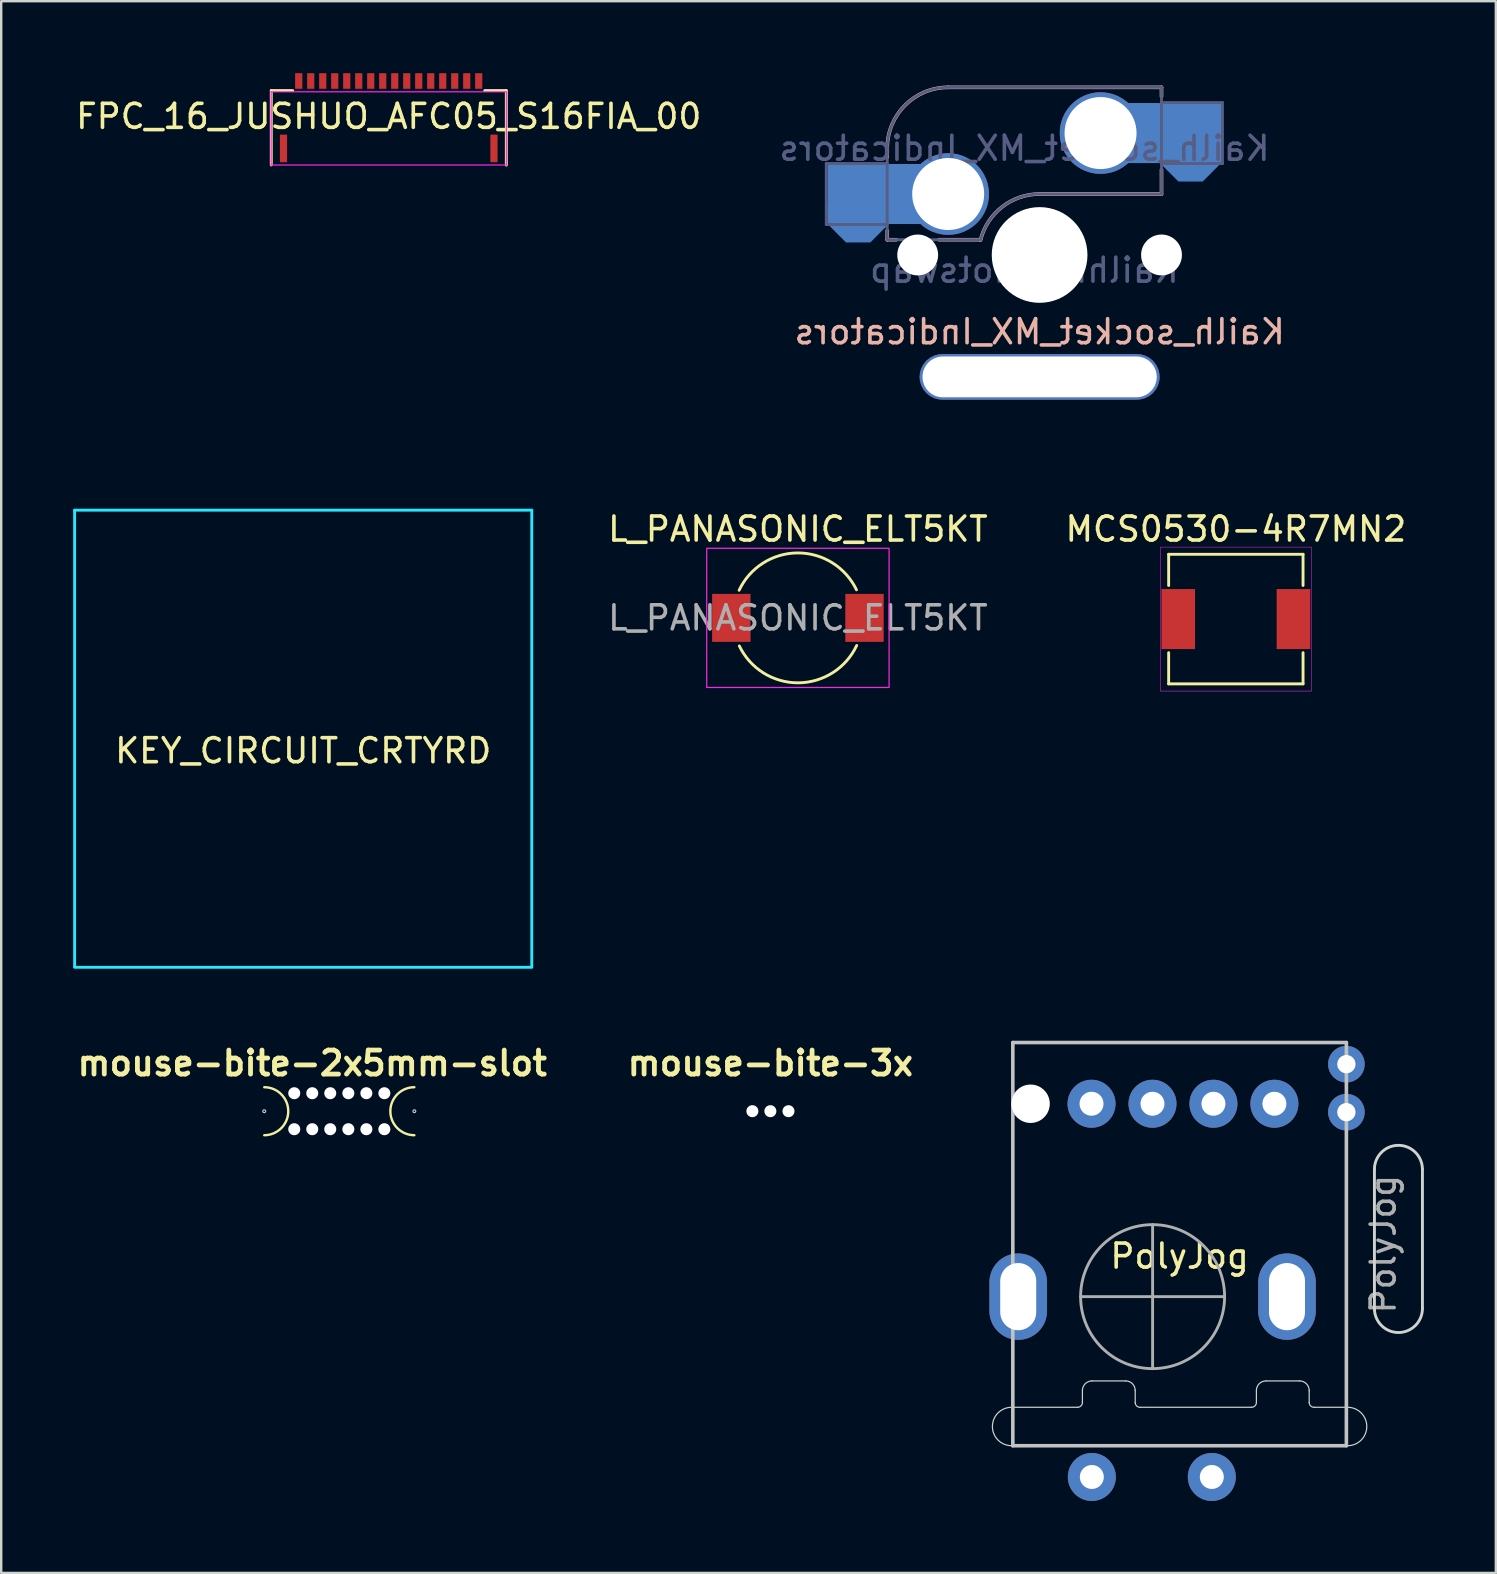
<source format=kicad_pcb>
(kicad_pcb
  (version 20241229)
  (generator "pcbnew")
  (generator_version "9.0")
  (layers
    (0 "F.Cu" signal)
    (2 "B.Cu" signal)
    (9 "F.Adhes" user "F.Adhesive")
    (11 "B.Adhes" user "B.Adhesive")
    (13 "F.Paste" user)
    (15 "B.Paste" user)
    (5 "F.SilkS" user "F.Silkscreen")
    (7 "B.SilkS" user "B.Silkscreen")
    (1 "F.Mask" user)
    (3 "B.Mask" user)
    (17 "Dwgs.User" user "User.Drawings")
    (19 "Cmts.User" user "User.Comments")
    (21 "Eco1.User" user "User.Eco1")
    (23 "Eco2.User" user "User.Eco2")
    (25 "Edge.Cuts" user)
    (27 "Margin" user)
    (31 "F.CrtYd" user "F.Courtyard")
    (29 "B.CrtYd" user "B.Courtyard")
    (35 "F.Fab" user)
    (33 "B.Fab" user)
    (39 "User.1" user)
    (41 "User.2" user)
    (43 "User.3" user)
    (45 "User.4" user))
  (footprint "Kailh_socket_MX_Indicators"
    (layer "F.Cu")
    (at 40.272 7.575)
    (property "Reference" "Kailh_socket_MX_Indicators" (at 0 3.2 0) (layer "B.SilkS") (effects (font (size 1 1) (thickness 0.15)) (justify mirror)))
    (property "Value" "KailhMX Hotswap" (at 0 3.734 0) (layer "B.Fab") (hide yes) (effects (font (size 1 1) (thickness 0.15)) (justify mirror)))
    (attr smd)
    (fp_line (start -6.35 -4.445) (end -6.35 -4.064) (stroke (width 0.15) (type solid)) (layer "B.SilkS"))
    (fp_line (start -6.35 -1.016) (end -6.35 -0.635) (stroke (width 0.15) (type solid)) (layer "B.SilkS"))
    (fp_line (start -5.969 -0.635) (end -6.35 -0.635) (stroke (width 0.15) (type solid)) (layer "B.SilkS"))
    (fp_line (start -3.81 -6.985) (end 5.08 -6.985) (stroke (width 0.15) (type solid)) (layer "B.SilkS"))
    (fp_line (start -2.464 -0.635) (end -4.191 -0.635) (stroke (width 0.15) (type solid)) (layer "B.SilkS"))
    (fp_line (start 5.08 -6.985) (end 5.08 -6.604) (stroke (width 0.15) (type solid)) (layer "B.SilkS"))
    (fp_line (start 5.08 -3.556) (end 5.08 -2.54) (stroke (width 0.15) (type solid)) (layer "B.SilkS"))
    (fp_line (start 5.08 -2.54) (end 0 -2.54) (stroke (width 0.15) (type solid)) (layer "B.SilkS"))
    (fp_arc (start -6.35 -4.445) (mid -5.606051 -6.241051) (end -3.81 -6.985) (stroke (width 0.15) (type solid)) (layer "B.SilkS"))
    (fp_arc (start -2.464162 -0.61604) (mid -1.563147 -2.002042) (end 0 -2.54) (stroke (width 0.15) (type solid)) (layer "B.SilkS"))
    (fp_line (start -6.9 6.9) (end -6.9 -6.9) (stroke (width 0.15) (type solid)) (layer "Eco2.User"))
    (fp_line (start -6.9 6.9) (end 6.9 6.9) (stroke (width 0.15) (type solid)) (layer "Eco2.User"))
    (fp_line (start 6.9 -6.9) (end -6.9 -6.9) (stroke (width 0.15) (type solid)) (layer "Eco2.User"))
    (fp_line (start 6.9 -6.9) (end 6.9 6.9) (stroke (width 0.15) (type solid)) (layer "Eco2.User"))
    (fp_line (start -8.89 -3.81) (end -6.35 -3.81) (stroke (width 0.12) (type solid)) (layer "B.Fab"))
    (fp_line (start -8.89 -1.27) (end -8.89 -3.81) (stroke (width 0.12) (type solid)) (layer "B.Fab"))
    (fp_line (start -6.35 -1.27) (end -8.89 -1.27) (stroke (width 0.12) (type solid)) (layer "B.Fab"))
    (fp_line (start -6.35 -0.635) (end -6.35 -4.445) (stroke (width 0.12) (type solid)) (layer "B.Fab"))
    (fp_line (start -6.35 -0.635) (end -2.54 -0.635) (stroke (width 0.12) (type solid)) (layer "B.Fab"))
    (fp_line (start -3.81 -6.985) (end 5.08 -6.985) (stroke (width 0.12) (type solid)) (layer "B.Fab"))
    (fp_line (start 5.08 -6.985) (end 5.08 -2.54) (stroke (width 0.12) (type solid)) (layer "B.Fab"))
    (fp_line (start 5.08 -6.35) (end 7.62 -6.35) (stroke (width 0.12) (type solid)) (layer "B.Fab"))
    (fp_line (start 5.08 -2.54) (end 0 -2.54) (stroke (width 0.12) (type solid)) (layer "B.Fab"))
    (fp_line (start 7.62 -6.35) (end 7.62 -3.81) (stroke (width 0.12) (type solid)) (layer "B.Fab"))
    (fp_line (start 7.62 -3.81) (end 5.08 -3.81) (stroke (width 0.12) (type solid)) (layer "B.Fab"))
    (fp_arc (start -6.35 -4.445) (mid -5.606051 -6.241051) (end -3.81 -6.985) (stroke (width 0.12) (type solid)) (layer "B.Fab"))
    (fp_arc (start -2.464162 -0.61604) (mid -1.563147 -2.002042) (end 0 -2.54) (stroke (width 0.12) (type solid)) (layer "B.Fab"))
    (fp_line (start -7.5 -7.5) (end 7.5 -7.5) (stroke (width 0.15) (type solid)) (layer "User.1"))
    (fp_line (start -7.5 7.5) (end -7.5 -7.5) (stroke (width 0.15) (type solid)) (layer "User.1"))
    (fp_line (start 7.5 -7.5) (end 7.5 7.5) (stroke (width 0.15) (type solid)) (layer "User.1"))
    (fp_line (start 7.5 7.5) (end -7.5 7.5) (stroke (width 0.15) (type solid)) (layer "User.1"))
    (fp_text user "${REFERENCE}" (at -0.635 -4.445 0) (layer "B.Fab") (effects (font (size 1 1) (thickness 0.15)) (justify mirror)))
    (fp_text user "${VALUE}" (at -0.635 0.635 0) (layer "B.Fab") (effects (font (size 1 1) (thickness 0.15)) (justify mirror)))
    (pad "" np_thru_hole circle (at -5.08 0) (size 1.702 1.702) (drill 1.702) (layers "*.Cu" "*.Mask"))
    (pad "" np_thru_hole circle (at 0 0) (size 3.988 3.988) (drill 3.988) (layers "*.Cu" "*.Mask"))
    (pad "" np_thru_hole circle (at 5.08 0) (size 1.702 1.702) (drill 1.702) (layers "*.Cu" "*.Mask"))
    (pad "1" thru_hole circle (at 2.54 -5.08) (size 3.4 3.4) (drill 3) (layers "*.Cu" "*.Mask"))
    (pad "1" smd rect (at 4.3 -5.08 270) (size 2.5 1.54) (layers "B.Cu"))
    (pad "1" smd roundrect (at 4.3 -5.08 270) (size 2.5 1.54) (layers "F.Cu") (roundrect_rratio 0) (chamfer_ratio 0.2) (chamfer top_left top_right))
    (pad "1" smd rect (at 6.29 -5.08) (size 2.55 2.5) (layers "B.Cu" "B.Mask" "B.Paste"))
    (pad "1" smd roundrect (at 6.29 -3.83) (size 2.55 1.54) (layers "B.Cu") (roundrect_rratio 0) (chamfer_ratio 0.5) (chamfer bottom_left bottom_right))
    (pad "2" smd rect (at -7.56 -2.54) (size 2.55 2.5) (layers "B.Cu" "B.Mask" "B.Paste"))
    (pad "2" smd roundrect (at -7.56 -1.29) (size 2.55 1.54) (layers "B.Cu") (roundrect_rratio 0) (chamfer_ratio 0.5) (chamfer bottom_left bottom_right))
    (pad "2" smd rect (at -5.55 -2.54 90) (size 2.5 1.54) (layers "B.Cu"))
    (pad "2" smd roundrect (at -5.55 -2.54 90) (size 2.5 1.54) (layers "F.Cu") (roundrect_rratio 0) (chamfer_ratio 0.2) (chamfer top_left top_right))
    (pad "2" thru_hole circle (at -3.81 -2.54) (size 3.4 3.4) (drill 3) (layers "*.Cu" "*.Mask"))
    (pad "3" thru_hole roundrect (at 0 5.08) (size 10 1.9) (drill oval 9.76 1.7) (layers "*.Cu" "*.Mask") (roundrect_rratio 0.5)))
  (footprint "MCS0530-4R7MN2"
    (layer "F.Cu")
    (at 48.45 22.748)
    (property "Reference" "MCS0530-4R7MN2" (at 0 -3.75 0) (layer "F.SilkS") (effects (font (size 1 1) (thickness 0.15))))
    (attr through_hole)
    (fp_line (start -2.8 -2.7) (end -2.8 -1.4) (stroke (width 0.12) (type solid)) (layer "F.SilkS"))
    (fp_line (start -2.8 2.7) (end -2.8 1.4) (stroke (width 0.12) (type solid)) (layer "F.SilkS"))
    (fp_line (start 2.8 -2.7) (end -2.8 -2.7) (stroke (width 0.12) (type solid)) (layer "F.SilkS"))
    (fp_line (start 2.8 -1.4) (end 2.8 -2.7) (stroke (width 0.12) (type solid)) (layer "F.SilkS"))
    (fp_line (start 2.8 1.4) (end 2.8 2.7) (stroke (width 0.12) (type solid)) (layer "F.SilkS"))
    (fp_line (start 2.8 2.7) (end -2.8 2.7) (stroke (width 0.12) (type solid)) (layer "F.SilkS"))
    (fp_rect (start 3.15 3) (end -3.15 -3) (stroke (width 0.02) (type solid)) (fill no) (layer "F.CrtYd"))
    (pad "1" smd rect (at -2.4 0 270) (size 2.5 1.4) (layers "F.Cu" "F.Mask" "F.Paste"))
    (pad "2" smd rect (at 2.4 0 270) (size 2.5 1.4) (layers "F.Cu" "F.Mask" "F.Paste")))
  (footprint "KEY_CIRCUIT_CRTYRD"
    (layer "F.Cu")
    (at 9.585 27.735)
    (property "Reference" "KEY_CIRCUIT_CRTYRD" (at 0 0.5 0) (layer "F.SilkS") (effects (font (size 1 1) (thickness 0.15))))
    (attr through_hole)
    (fp_line (start -9.525 -9.525) (end -9.525 9.5) (stroke (width 0.12) (type solid)) (layer "B.CrtYd"))
    (fp_line (start -9.525 -9.525) (end 9.525 -9.525) (stroke (width 0.12) (type solid)) (layer "B.CrtYd"))
    (fp_line (start -9.525 9.525) (end 9.525 9.525) (stroke (width 0.12) (type solid)) (layer "B.CrtYd"))
    (fp_line (start 9.525 -9.525) (end 9.525 9.5) (stroke (width 0.12) (type solid)) (layer "B.CrtYd")))
  (footprint "mouse-bite-2x5mm-slot"
    (layer "F.Cu")
    (at 9.962 43.256)
    (property "Reference" "mouse-bite-2x5mm-slot" (at 0 -2 0) (layer "F.SilkS") (effects (font (size 1 1) (thickness 0.2))))
    (attr through_hole)
    (fp_arc (start -2 -1) (mid -1 0) (end -2 1) (stroke (width 0.1) (type solid)) (layer "F.SilkS"))
    (fp_arc (start 4.2545 1) (mid 3.2545 0) (end 4.2545 -1) (stroke (width 0.1) (type solid)) (layer "F.SilkS"))
    (fp_circle (center -2 0) (end -2 -0.06) (stroke (width 0.05) (type solid)) (fill no) (layer "Dwgs.User"))
    (fp_circle (center 4.255 0) (end 4.314 0) (stroke (width 0.05) (type solid)) (fill no) (layer "Dwgs.User"))
    (pad "" np_thru_hole circle (at -0.75 -0.75) (size 0.5 0.5) (drill 0.5) (layers "*.Cu" "*.Mask"))
    (pad "" np_thru_hole circle (at -0.75 0.75) (size 0.5 0.5) (drill 0.5) (layers "*.Cu" "*.Mask"))
    (pad "" np_thru_hole circle (at 0 -0.75) (size 0.5 0.5) (drill 0.5) (layers "*.Cu" "*.Mask"))
    (pad "" np_thru_hole circle (at 0 0.75) (size 0.5 0.5) (drill 0.5) (layers "*.Cu" "*.Mask"))
    (pad "" np_thru_hole circle (at 0.75 -0.75) (size 0.5 0.5) (drill 0.5) (layers "*.Cu" "*.Mask"))
    (pad "" np_thru_hole circle (at 0.75 0.75) (size 0.5 0.5) (drill 0.5) (layers "*.Cu" "*.Mask"))
    (pad "" np_thru_hole circle (at 1.504 -0.75) (size 0.5 0.5) (drill 0.5) (layers "*.Cu" "*.Mask"))
    (pad "" np_thru_hole circle (at 1.504 0.75) (size 0.5 0.5) (drill 0.5) (layers "*.Cu" "*.Mask"))
    (pad "" np_thru_hole circle (at 2.255 -0.75) (size 0.5 0.5) (drill 0.5) (layers "*.Cu" "*.Mask"))
    (pad "" np_thru_hole circle (at 2.255 0.75) (size 0.5 0.5) (drill 0.5) (layers "*.Cu" "*.Mask"))
    (pad "" np_thru_hole circle (at 3.005 -0.75) (size 0.5 0.5) (drill 0.5) (layers "*.Cu" "*.Mask"))
    (pad "" np_thru_hole circle (at 3.005 0.75) (size 0.5 0.5) (drill 0.5) (layers "*.Cu" "*.Mask")))
  (footprint "FPC_16_JUSHUO_AFC05_S16FIA_00"
    (layer "F.Cu")
    (at 13.149 0.325)
    (property "Reference" "FPC_16_JUSHUO_AFC05_S16FIA_00" (at 0 1.475 0) (layer "F.SilkS") (effects (font (size 1 1) (thickness 0.15))))
    (attr smd)
    (fp_line (start -4.895 0.4) (end -4 0.4) (stroke (width 0.12) (type solid)) (layer "F.SilkS"))
    (fp_line (start -4.895 3.5) (end -4.895 0.4) (stroke (width 0.12) (type solid)) (layer "F.SilkS"))
    (fp_line (start 4.895 0.4) (end 4 0.4) (stroke (width 0.12) (type solid)) (layer "F.SilkS"))
    (fp_line (start 4.9 3.505) (end 4.9 0.4) (stroke (width 0.12) (type solid)) (layer "F.SilkS"))
    (fp_line (start -4.9 0.45) (end -4.9 3.5) (stroke (width 0.05) (type solid)) (layer "F.CrtYd"))
    (fp_line (start -4.9 0.45) (end 4.9 0.45) (stroke (width 0.05) (type solid)) (layer "F.CrtYd"))
    (fp_line (start -4.9 3.5) (end 4.9 3.5) (stroke (width 0.05) (type solid)) (layer "F.CrtYd"))
    (fp_line (start 4.9 0.45) (end 4.9 3.5) (stroke (width 0.05) (type solid)) (layer "F.CrtYd"))
    (pad "0" smd rect (at -4.385 2.81) (size 0.3 1.15) (layers "F.Cu" "F.Mask" "F.Paste"))
    (pad "0" smd rect (at 4.385 2.81) (size 0.3 1.15) (layers "F.Cu" "F.Mask" "F.Paste"))
    (pad "1" smd rect (at -3.75 0) (size 0.3 0.65) (layers "F.Cu" "F.Mask" "F.Paste"))
    (pad "2" smd rect (at -3.25 0) (size 0.3 0.65) (layers "F.Cu" "F.Mask" "F.Paste"))
    (pad "3" smd rect (at -2.75 0) (size 0.3 0.65) (layers "F.Cu" "F.Mask" "F.Paste"))
    (pad "4" smd rect (at -2.25 0) (size 0.3 0.65) (layers "F.Cu" "F.Mask" "F.Paste"))
    (pad "5" smd rect (at -1.75 0) (size 0.3 0.65) (layers "F.Cu" "F.Mask" "F.Paste"))
    (pad "6" smd rect (at -1.25 0) (size 0.3 0.65) (layers "F.Cu" "F.Mask" "F.Paste"))
    (pad "7" smd rect (at -0.75 0) (size 0.3 0.65) (layers "F.Cu" "F.Mask" "F.Paste"))
    (pad "8" smd rect (at -0.25 0) (size 0.3 0.65) (layers "F.Cu" "F.Mask" "F.Paste"))
    (pad "9" smd rect (at 0.25 0) (size 0.3 0.65) (layers "F.Cu" "F.Mask" "F.Paste"))
    (pad "10" smd rect (at 0.75 0) (size 0.3 0.65) (layers "F.Cu" "F.Mask" "F.Paste"))
    (pad "11" smd rect (at 1.25 0) (size 0.3 0.65) (layers "F.Cu" "F.Mask" "F.Paste"))
    (pad "12" smd rect (at 1.75 0) (size 0.3 0.65) (layers "F.Cu" "F.Mask" "F.Paste"))
    (pad "13" smd rect (at 2.25 0) (size 0.3 0.65) (layers "F.Cu" "F.Mask" "F.Paste"))
    (pad "14" smd rect (at 2.75 0) (size 0.3 0.65) (layers "F.Cu" "F.Mask" "F.Paste"))
    (pad "15" smd rect (at 3.25 0) (size 0.3 0.65) (layers "F.Cu" "F.Mask" "F.Paste"))
    (pad "16" smd rect (at 3.75 0) (size 0.3 0.65) (layers "F.Cu" "F.Mask" "F.Paste")))
  (footprint "mouse-bite-3x"
    (layer "F.Cu")
    (at 29.052 43.256)
    (property "Reference" "mouse-bite-3x" (at 0 -2 0) (layer "F.SilkS") (effects (font (size 1 1) (thickness 0.2))))
    (attr through_hole)
    (pad "" np_thru_hole circle (at -0.749 -0.001) (size 0.5 0.5) (drill 0.5) (layers "*.Cu" "*.Mask"))
    (pad "" np_thru_hole circle (at 0.001 -0.001) (size 0.5 0.5) (drill 0.5) (layers "*.Cu" "*.Mask"))
    (pad "" np_thru_hole circle (at 0.755 -0.001) (size 0.5 0.5) (drill 0.5) (layers "*.Cu" "*.Mask")))
  (footprint "PolyJog"
    (layer "F.Cu")
    (at 46.106 48.795)
    (property "Reference" "PolyJog" (at 0 0.5 0) (layer "F.SilkS") (effects (font (size 1 1) (thickness 0.15))))
    (attr through_hole)
    (fp_line (start -6.95 -8.4) (end -6.95 8.4) (stroke (width 0.15) (type solid)) (layer "Dwgs.User"))
    (fp_line (start -6.95 -8.4) (end 6.95 -8.4) (stroke (width 0.15) (type solid)) (layer "Dwgs.User"))
    (fp_line (start -6.95 8.4) (end 6.95 8.4) (stroke (width 0.15) (type solid)) (layer "Dwgs.User"))
    (fp_line (start 6.95 -8.4) (end 6.95 8.4) (stroke (width 0.15) (type solid)) (layer "Dwgs.User"))
    (fp_line (start -7 6.799) (end -4.25 6.799) (stroke (width 0.05) (type solid)) (layer "Edge.Cuts"))
    (fp_line (start -7 8.4) (end 7 8.4) (stroke (width 0.05) (type solid)) (layer "Edge.Cuts"))
    (fp_line (start -4.05 6.599) (end -4.05 6.1) (stroke (width 0.05) (type solid)) (layer "Edge.Cuts"))
    (fp_line (start -2.25 5.7) (end -3.65 5.7) (stroke (width 0.05) (type solid)) (layer "Edge.Cuts"))
    (fp_line (start -1.85 6.6) (end -1.85 6.1) (stroke (width 0.05) (type solid)) (layer "Edge.Cuts"))
    (fp_line (start -1.65 6.799) (end 3 6.799) (stroke (width 0.05) (type solid)) (layer "Edge.Cuts"))
    (fp_line (start 3.2 6.599) (end 3.2 6.1) (stroke (width 0.05) (type solid)) (layer "Edge.Cuts"))
    (fp_line (start 5 5.7) (end 3.6 5.7) (stroke (width 0.05) (type solid)) (layer "Edge.Cuts"))
    (fp_line (start 5.4 6.599) (end 5.4 6.1) (stroke (width 0.05) (type solid)) (layer "Edge.Cuts"))
    (fp_line (start 5.6 6.799) (end 7 6.799) (stroke (width 0.05) (type solid)) (layer "Edge.Cuts"))
    (fp_line (start 8.119 -3.117) (end 8.119 2.683) (stroke (width 0.12) (type solid)) (layer "Edge.Cuts"))
    (fp_line (start 10.119 2.683) (end 10.119 -3.117) (stroke (width 0.12) (type solid)) (layer "Edge.Cuts"))
    (fp_arc (start -7 8.4) (mid -7.800711 7.599289) (end -7 6.798579) (stroke (width 0.05) (type solid)) (layer "Edge.Cuts"))
    (fp_arc (start -4.05 6.1) (mid -3.932843 5.817157) (end -3.65 5.7) (stroke (width 0.05) (type solid)) (layer "Edge.Cuts"))
    (fp_arc (start -4.05 6.598579) (mid -4.108579 6.74) (end -4.25 6.798579) (stroke (width 0.05) (type solid)) (layer "Edge.Cuts"))
    (fp_arc (start -2.25 5.7) (mid -1.967157 5.817157) (end -1.85 6.1) (stroke (width 0.05) (type solid)) (layer "Edge.Cuts"))
    (fp_arc (start -1.65 6.8) (mid -1.791421 6.741421) (end -1.85 6.6) (stroke (width 0.05) (type solid)) (layer "Edge.Cuts"))
    (fp_arc (start 3.2 6.1) (mid 3.317158 5.817157) (end 3.6 5.7) (stroke (width 0.05) (type solid)) (layer "Edge.Cuts"))
    (fp_arc (start 3.2 6.598579) (mid 3.141421 6.74) (end 3 6.798579) (stroke (width 0.05) (type solid)) (layer "Edge.Cuts"))
    (fp_arc (start 5 5.7) (mid 5.282843 5.817157) (end 5.4 6.1) (stroke (width 0.05) (type solid)) (layer "Edge.Cuts"))
    (fp_arc (start 5.6 6.798579) (mid 5.458579 6.74) (end 5.4 6.598579) (stroke (width 0.05) (type solid)) (layer "Edge.Cuts"))
    (fp_arc (start 7 6.798579) (mid 7.80071 7.599289) (end 7 8.4) (stroke (width 0.05) (type solid)) (layer "Edge.Cuts"))
    (fp_arc (start 8.1186 -3.117) (mid 9.1186 -4.117) (end 10.1186 -3.117) (stroke (width 0.12) (type solid)) (layer "Edge.Cuts"))
    (fp_arc (start 10.1186 2.683) (mid 9.1186 3.683) (end 8.1186 2.683) (stroke (width 0.12) (type solid)) (layer "Edge.Cuts"))
    (fp_line (start -1.125 -0.812) (end -1.125 5.188) (stroke (width 0.12) (type solid)) (layer "F.Fab"))
    (fp_line (start 1.875 2.188) (end -4.125 2.188) (stroke (width 0.12) (type solid)) (layer "F.Fab"))
    (fp_circle (center -1.125 2.188) (end -1.125 5.188) (stroke (width 0.12) (type solid)) (fill no) (layer "F.Fab"))
    (fp_text user "${REFERENCE}" (at 8.484 0 270) (layer "F.Fab") (effects (font (size 1 1) (thickness 0.15))))
    (pad "" np_thru_hole oval (at -6.725 2.188 270) (size 3.6 2.4) (drill oval 2.8 1.5) (layers "*.Cu" "*.Mask"))
    (pad "" np_thru_hole circle (at -6.21 -5.85) (size 1.6 1.6) (drill 1.6) (layers "*.Cu"))
    (pad "" np_thru_hole oval (at 4.475 2.188 270) (size 3.6 2.4) (drill oval 2.8 1.5) (layers "*.Cu" "*.Mask"))
    (pad "A" thru_hole circle (at -3.67 -5.85) (size 2 2) (drill 1) (layers "*.Cu" "B.Mask"))
    (pad "A" thru_hole circle (at 3.95 -5.85) (size 2 2) (drill 1) (layers "*.Cu" "B.Mask"))
    (pad "B" thru_hole circle (at 1.41 -5.85) (size 2 2) (drill 1) (layers "*.Cu" "B.Mask"))
    (pad "C" thru_hole circle (at -1.13 -5.85) (size 2 2) (drill 1) (layers "*.Cu" "B.Mask"))
    (pad "S1" thru_hole circle (at -3.658 9.703 270) (size 2 2) (drill 1) (layers "*.Cu" "*.Mask"))
    (pad "S1" thru_hole circle (at 6.95 -7.5) (size 1.524 1.524) (drill 0.762) (layers "*.Cu" "B.Mask"))
    (pad "S2" thru_hole circle (at 1.342 9.703 270) (size 2 2) (drill 1) (layers "*.Cu" "*.Mask"))
    (pad "S2" thru_hole oval (at 6.95 -5.5) (size 1.524 1.524) (drill 0.762) (layers "*.Cu" "B.Mask")))
  (footprint "L_PANASONIC_ELT5KT"
    (layer "F.Cu")
    (at 30.2 22.698)
    (property "Reference" "L_PANASONIC_ELT5KT" (at 0 -3.7 180) (layer "F.SilkS") (effects (font (size 1 1) (thickness 0.15))))
    (attr smd)
    (fp_arc (start -2.449999 -1.15) (mid -0.010803 -2.706451) (end 2.440741 -1.169522) (stroke (width 0.12) (type solid)) (layer "F.SilkS"))
    (fp_arc (start 2.449999 1.15) (mid 0.010803 2.706451) (end -2.440741 1.169522) (stroke (width 0.12) (type solid)) (layer "F.SilkS"))
    (fp_rect (start 3.8 2.9) (end -3.8 -2.9) (stroke (width 0.05) (type solid)) (fill no) (layer "F.CrtYd"))
    (fp_text user "${REFERENCE}" (at 0 0 180) (layer "F.Fab") (effects (font (size 1 1) (thickness 0.15))))
    (pad "1" smd rect (at -2.775 0) (size 1.6 2) (layers "F.Cu" "F.Mask" "F.Paste"))
    (pad "2" smd rect (at 2.775 0) (size 1.6 2) (layers "F.Cu" "F.Mask" "F.Paste")))
  (gr_rect
    (start -3 -3)
    (end 59.284 62.498)
    (stroke (width 0.1) (type default))
    (fill no)
    (layer "Edge.Cuts")))
</source>
